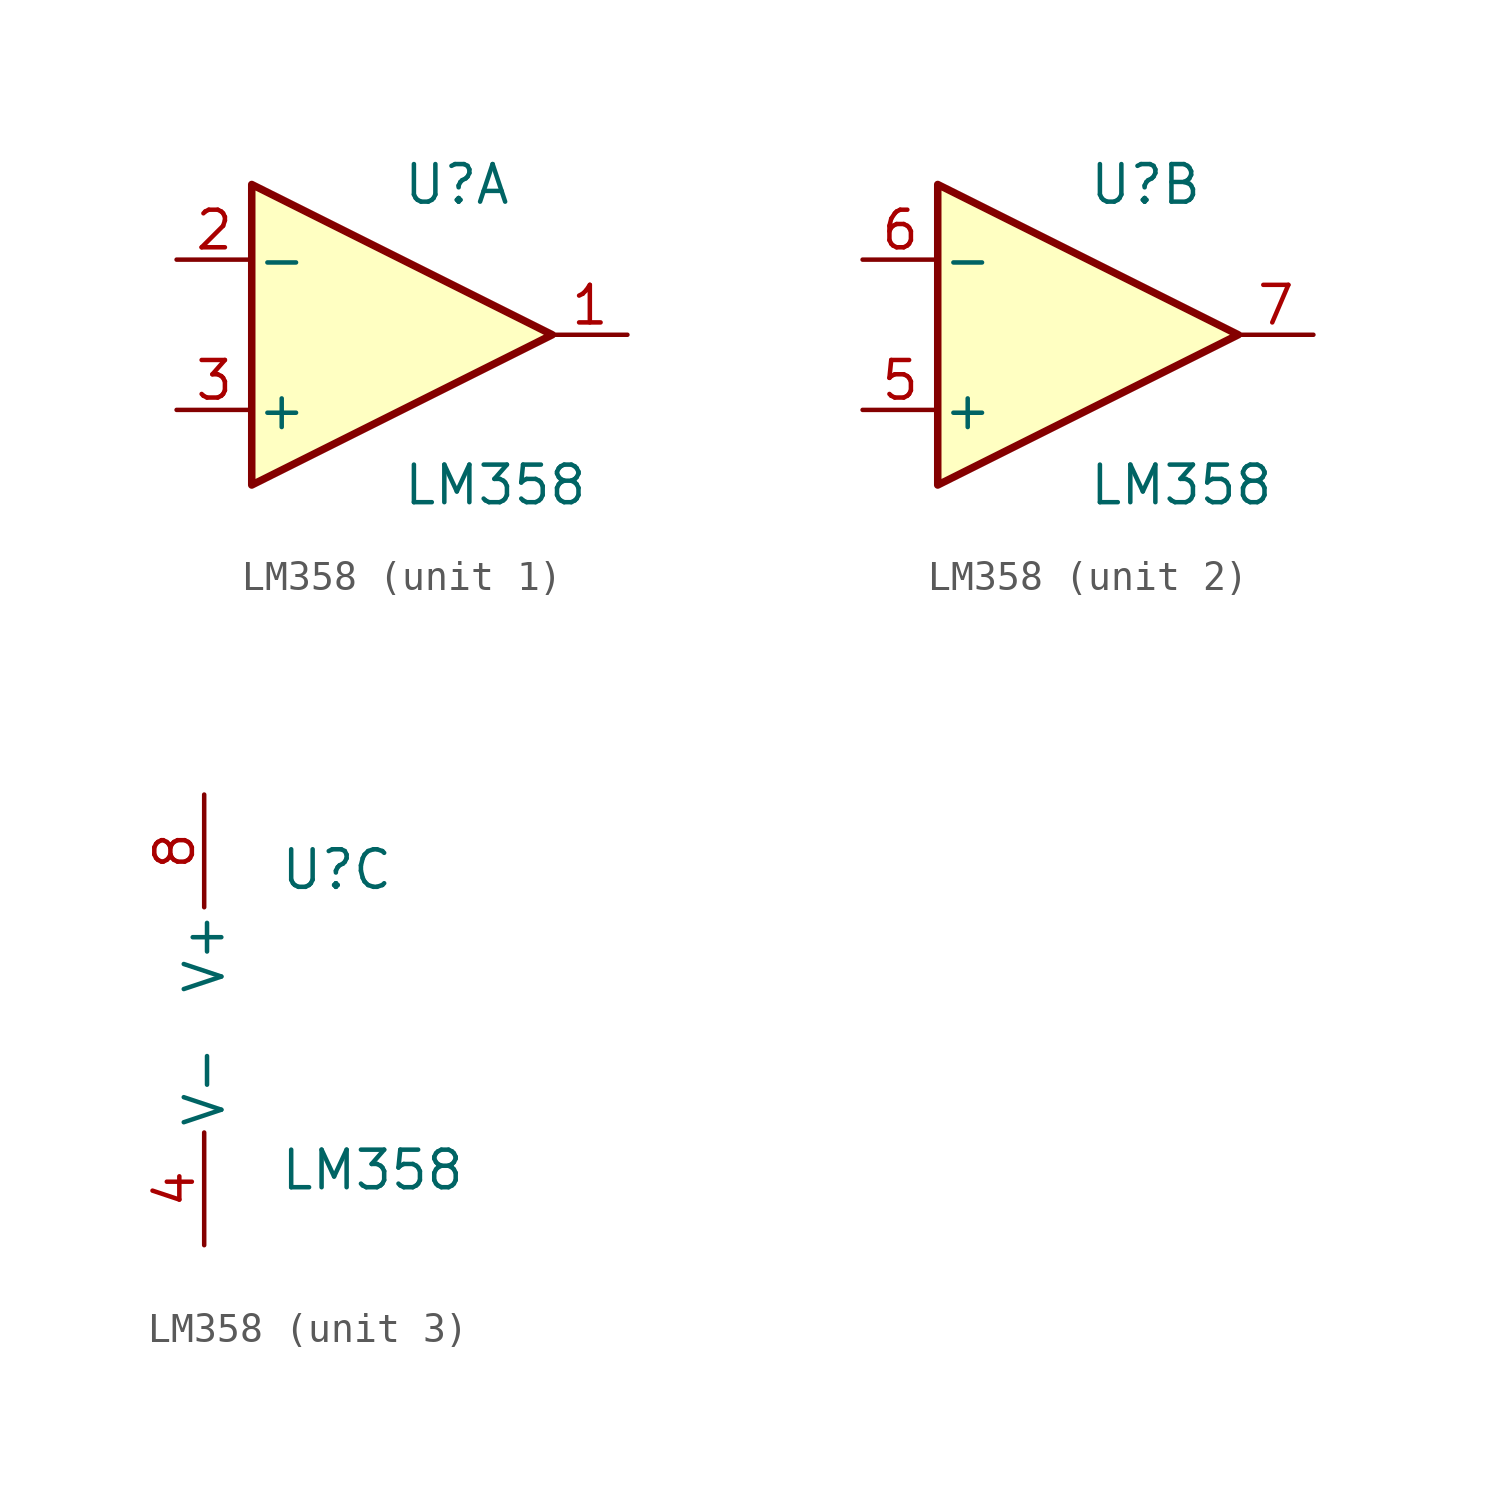
<source format=kicad_sym>
(kicad_symbol_lib
  (version 20241209)
  (generator "kicad_symbol_editor")
  (generator_version "9.0")
  (symbol "LM358"
    (pin_names
      (offset 0.127))
    (property "Reference" "U"
      (at 0 5.08 0)
      (effects (font (size 1.27 1.27)) (justify left)))
    (property "Value" "LM358"
      (at 0 -5.08 0)
      (effects (font (size 1.27 1.27)) (justify left)))
    (property "ki_locked" ""
      (at 0 0 0)
      (effects (font (size 1.27 1.27))))
    (symbol "LM358_1_1"
      (polyline (pts (xy -5.08 5.08) (xy 5.08 0) (xy -5.08 -5.08) (xy -5.08 5.08)) (stroke (width 0.254) (type default)) (fill (type background)))
      (pin input line (at -7.62 2.54 0) (length 2.54) (name "-" (effects (font (size 1.27 1.27)))) (number "2" (effects (font (size 1.27 1.27)))))
      (pin input line (at -7.62 -2.54 0) (length 2.54) (name "+" (effects (font (size 1.27 1.27)))) (number "3" (effects (font (size 1.27 1.27)))))
      (pin output line (at 7.62 0 180) (length 2.54) (name "~" (effects (font (size 1.27 1.27)))) (number "1" (effects (font (size 1.27 1.27))))))
    (symbol "LM358_2_1"
      (polyline (pts (xy -5.08 5.08) (xy 5.08 0) (xy -5.08 -5.08) (xy -5.08 5.08)) (stroke (width 0.254) (type default)) (fill (type background)))
      (pin input line (at -7.62 2.54 0) (length 2.54) (name "-" (effects (font (size 1.27 1.27)))) (number "6" (effects (font (size 1.27 1.27)))))
      (pin input line (at -7.62 -2.54 0) (length 2.54) (name "+" (effects (font (size 1.27 1.27)))) (number "5" (effects (font (size 1.27 1.27)))))
      (pin output line (at 7.62 0 180) (length 2.54) (name "~" (effects (font (size 1.27 1.27)))) (number "7" (effects (font (size 1.27 1.27))))))
    (symbol "LM358_3_1"
      (pin power_in line (at -2.54 7.62 270) (length 3.81) (name "V+" (effects (font (size 1.27 1.27)))) (number "8" (effects (font (size 1.27 1.27)))))
      (pin power_in line (at -2.54 -7.62 90) (length 3.81) (name "V-" (effects (font (size 1.27 1.27)))) (number "4" (effects (font (size 1.27 1.27))))))))
</source>
